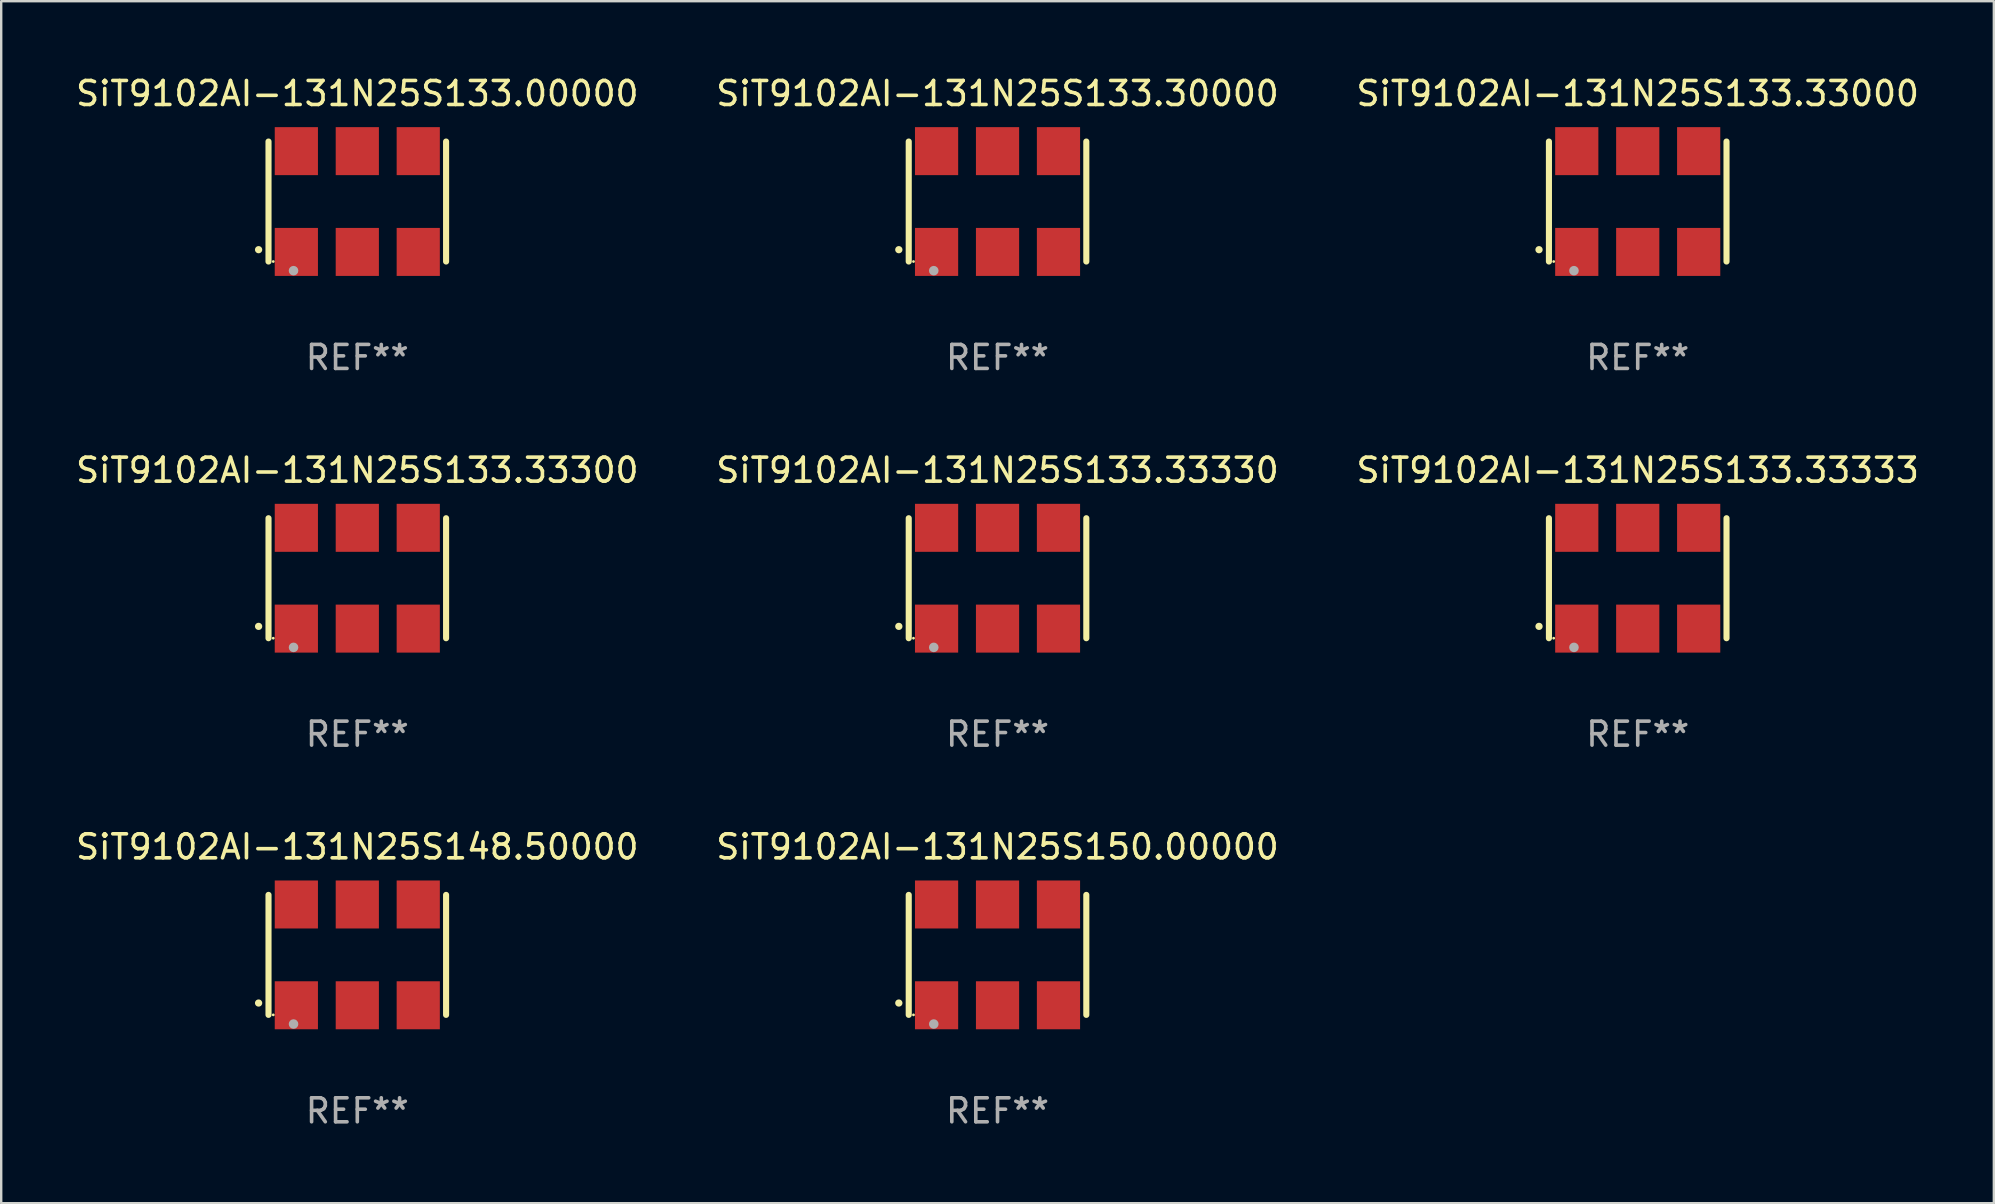
<source format=kicad_pcb>
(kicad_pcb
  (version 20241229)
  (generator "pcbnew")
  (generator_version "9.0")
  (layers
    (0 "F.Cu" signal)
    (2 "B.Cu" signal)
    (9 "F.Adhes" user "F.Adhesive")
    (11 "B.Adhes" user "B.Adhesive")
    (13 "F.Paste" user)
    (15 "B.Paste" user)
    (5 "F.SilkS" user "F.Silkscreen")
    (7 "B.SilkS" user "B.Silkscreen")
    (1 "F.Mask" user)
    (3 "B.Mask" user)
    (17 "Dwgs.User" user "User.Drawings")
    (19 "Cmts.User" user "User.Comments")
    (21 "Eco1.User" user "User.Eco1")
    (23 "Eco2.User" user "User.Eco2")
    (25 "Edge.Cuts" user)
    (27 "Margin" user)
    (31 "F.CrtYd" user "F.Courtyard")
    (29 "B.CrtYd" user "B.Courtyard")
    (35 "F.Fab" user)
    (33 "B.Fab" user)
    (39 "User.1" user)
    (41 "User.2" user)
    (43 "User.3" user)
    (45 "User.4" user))
  (footprint "SiT9102AI-131N25S133.00000"
    (layer "F.Cu")
    (at 11.839 5.348)
    (property "Reference" "SiT9102AI-131N25S133.00000" (at 0 -4.5 0) (layer "F.SilkS") (effects (font (size 1 1) (thickness 0.15))))
    (attr through_hole)
    (fp_line (start -3.7 -2.5) (end -3.7 2.5) (stroke (width 0.254) (type solid)) (layer "F.SilkS"))
    (fp_line (start 3.7 -2.5) (end 3.7 2.5) (stroke (width 0.254) (type solid)) (layer "F.SilkS"))
    (fp_arc (start -4.114415 2.006604) (mid -4.113145 2.006599) (end -4.111875 2.006604) (stroke (width 0.3) (type solid)) (layer "F.SilkS"))
    (fp_circle (center -3.502 2.5) (end -3.472 2.5) (stroke (width 0.06) (type solid)) (fill no) (layer "F.SilkS"))
    (fp_circle (center -2.657 2.882) (end -2.557 2.882) (stroke (width 0.2) (type solid)) (fill no) (layer "F.Fab"))
    (fp_text user "REF**" (at 0 6.5 0) (layer "F.Fab") (effects (font (size 1 1) (thickness 0.15))))
    (pad "1" smd rect (at -2.54 2.1) (size 1.8 2) (layers "F.Cu" "F.Mask" "F.Paste"))
    (pad "2" smd rect (at 0.000394 2.1) (size 1.8 2) (layers "F.Cu" "F.Mask" "F.Paste"))
    (pad "3" smd rect (at 2.54 2.1) (size 1.8 2) (layers "F.Cu" "F.Mask" "F.Paste"))
    (pad "4" smd rect (at 2.54 -2.1) (size 1.8 2) (layers "F.Cu" "F.Mask" "F.Paste"))
    (pad "5" smd rect (at 0.000394 -2.1) (size 1.8 2) (layers "F.Cu" "F.Mask" "F.Paste"))
    (pad "6" smd rect (at -2.54 -2.1) (size 1.8 2) (layers "F.Cu" "F.Mask" "F.Paste")))
  (footprint "SiT9102AI-131N25S150.00000"
    (layer "F.Cu")
    (at 38.518 36.741)
    (property "Reference" "SiT9102AI-131N25S150.00000" (at 0 -4.5 0) (layer "F.SilkS") (effects (font (size 1 1) (thickness 0.15))))
    (attr through_hole)
    (fp_line (start -3.7 -2.5) (end -3.7 2.5) (stroke (width 0.254) (type solid)) (layer "F.SilkS"))
    (fp_line (start 3.7 -2.5) (end 3.7 2.5) (stroke (width 0.254) (type solid)) (layer "F.SilkS"))
    (fp_arc (start -4.114415 2.006604) (mid -4.113145 2.006599) (end -4.111875 2.006604) (stroke (width 0.3) (type solid)) (layer "F.SilkS"))
    (fp_circle (center -3.502 2.5) (end -3.472 2.5) (stroke (width 0.06) (type solid)) (fill no) (layer "F.SilkS"))
    (fp_circle (center -2.657 2.882) (end -2.557 2.882) (stroke (width 0.2) (type solid)) (fill no) (layer "F.Fab"))
    (fp_text user "REF**" (at 0 6.5 0) (layer "F.Fab") (effects (font (size 1 1) (thickness 0.15))))
    (pad "1" smd rect (at -2.54 2.1) (size 1.8 2) (layers "F.Cu" "F.Mask" "F.Paste"))
    (pad "2" smd rect (at 0.000394 2.1) (size 1.8 2) (layers "F.Cu" "F.Mask" "F.Paste"))
    (pad "3" smd rect (at 2.54 2.1) (size 1.8 2) (layers "F.Cu" "F.Mask" "F.Paste"))
    (pad "4" smd rect (at 2.54 -2.1) (size 1.8 2) (layers "F.Cu" "F.Mask" "F.Paste"))
    (pad "5" smd rect (at 0.000394 -2.1) (size 1.8 2) (layers "F.Cu" "F.Mask" "F.Paste"))
    (pad "6" smd rect (at -2.54 -2.1) (size 1.8 2) (layers "F.Cu" "F.Mask" "F.Paste")))
  (footprint "SiT9102AI-131N25S133.33330"
    (layer "F.Cu")
    (at 38.518 21.045)
    (property "Reference" "SiT9102AI-131N25S133.33330" (at 0 -4.5 0) (layer "F.SilkS") (effects (font (size 1 1) (thickness 0.15))))
    (attr through_hole)
    (fp_line (start -3.7 -2.5) (end -3.7 2.5) (stroke (width 0.254) (type solid)) (layer "F.SilkS"))
    (fp_line (start 3.7 -2.5) (end 3.7 2.5) (stroke (width 0.254) (type solid)) (layer "F.SilkS"))
    (fp_arc (start -4.114415 2.006604) (mid -4.113145 2.006599) (end -4.111875 2.006604) (stroke (width 0.3) (type solid)) (layer "F.SilkS"))
    (fp_circle (center -3.502 2.5) (end -3.472 2.5) (stroke (width 0.06) (type solid)) (fill no) (layer "F.SilkS"))
    (fp_circle (center -2.657 2.882) (end -2.557 2.882) (stroke (width 0.2) (type solid)) (fill no) (layer "F.Fab"))
    (fp_text user "REF**" (at 0 6.5 0) (layer "F.Fab") (effects (font (size 1 1) (thickness 0.15))))
    (pad "1" smd rect (at -2.54 2.1) (size 1.8 2) (layers "F.Cu" "F.Mask" "F.Paste"))
    (pad "2" smd rect (at 0.000394 2.1) (size 1.8 2) (layers "F.Cu" "F.Mask" "F.Paste"))
    (pad "3" smd rect (at 2.54 2.1) (size 1.8 2) (layers "F.Cu" "F.Mask" "F.Paste"))
    (pad "4" smd rect (at 2.54 -2.1) (size 1.8 2) (layers "F.Cu" "F.Mask" "F.Paste"))
    (pad "5" smd rect (at 0.000394 -2.1) (size 1.8 2) (layers "F.Cu" "F.Mask" "F.Paste"))
    (pad "6" smd rect (at -2.54 -2.1) (size 1.8 2) (layers "F.Cu" "F.Mask" "F.Paste")))
  (footprint "SiT9102AI-131N25S133.33333"
    (layer "F.Cu")
    (at 65.196 21.045)
    (property "Reference" "SiT9102AI-131N25S133.33333" (at 0 -4.5 0) (layer "F.SilkS") (effects (font (size 1 1) (thickness 0.15))))
    (attr through_hole)
    (fp_line (start -3.7 -2.5) (end -3.7 2.5) (stroke (width 0.254) (type solid)) (layer "F.SilkS"))
    (fp_line (start 3.7 -2.5) (end 3.7 2.5) (stroke (width 0.254) (type solid)) (layer "F.SilkS"))
    (fp_arc (start -4.114415 2.006604) (mid -4.113145 2.006599) (end -4.111875 2.006604) (stroke (width 0.3) (type solid)) (layer "F.SilkS"))
    (fp_circle (center -3.502 2.5) (end -3.472 2.5) (stroke (width 0.06) (type solid)) (fill no) (layer "F.SilkS"))
    (fp_circle (center -2.657 2.882) (end -2.557 2.882) (stroke (width 0.2) (type solid)) (fill no) (layer "F.Fab"))
    (fp_text user "REF**" (at 0 6.5 0) (layer "F.Fab") (effects (font (size 1 1) (thickness 0.15))))
    (pad "1" smd rect (at -2.54 2.1) (size 1.8 2) (layers "F.Cu" "F.Mask" "F.Paste"))
    (pad "2" smd rect (at 0.000394 2.1) (size 1.8 2) (layers "F.Cu" "F.Mask" "F.Paste"))
    (pad "3" smd rect (at 2.54 2.1) (size 1.8 2) (layers "F.Cu" "F.Mask" "F.Paste"))
    (pad "4" smd rect (at 2.54 -2.1) (size 1.8 2) (layers "F.Cu" "F.Mask" "F.Paste"))
    (pad "5" smd rect (at 0.000394 -2.1) (size 1.8 2) (layers "F.Cu" "F.Mask" "F.Paste"))
    (pad "6" smd rect (at -2.54 -2.1) (size 1.8 2) (layers "F.Cu" "F.Mask" "F.Paste")))
  (footprint "SiT9102AI-131N25S133.33000"
    (layer "F.Cu")
    (at 65.196 5.348)
    (property "Reference" "SiT9102AI-131N25S133.33000" (at 0 -4.5 0) (layer "F.SilkS") (effects (font (size 1 1) (thickness 0.15))))
    (attr through_hole)
    (fp_line (start -3.7 -2.5) (end -3.7 2.5) (stroke (width 0.254) (type solid)) (layer "F.SilkS"))
    (fp_line (start 3.7 -2.5) (end 3.7 2.5) (stroke (width 0.254) (type solid)) (layer "F.SilkS"))
    (fp_arc (start -4.114415 2.006604) (mid -4.113145 2.006599) (end -4.111875 2.006604) (stroke (width 0.3) (type solid)) (layer "F.SilkS"))
    (fp_circle (center -3.502 2.5) (end -3.472 2.5) (stroke (width 0.06) (type solid)) (fill no) (layer "F.SilkS"))
    (fp_circle (center -2.657 2.882) (end -2.557 2.882) (stroke (width 0.2) (type solid)) (fill no) (layer "F.Fab"))
    (fp_text user "REF**" (at 0 6.5 0) (layer "F.Fab") (effects (font (size 1 1) (thickness 0.15))))
    (pad "1" smd rect (at -2.54 2.1) (size 1.8 2) (layers "F.Cu" "F.Mask" "F.Paste"))
    (pad "2" smd rect (at 0.000394 2.1) (size 1.8 2) (layers "F.Cu" "F.Mask" "F.Paste"))
    (pad "3" smd rect (at 2.54 2.1) (size 1.8 2) (layers "F.Cu" "F.Mask" "F.Paste"))
    (pad "4" smd rect (at 2.54 -2.1) (size 1.8 2) (layers "F.Cu" "F.Mask" "F.Paste"))
    (pad "5" smd rect (at 0.000394 -2.1) (size 1.8 2) (layers "F.Cu" "F.Mask" "F.Paste"))
    (pad "6" smd rect (at -2.54 -2.1) (size 1.8 2) (layers "F.Cu" "F.Mask" "F.Paste")))
  (footprint "SiT9102AI-131N25S133.30000"
    (layer "F.Cu")
    (at 38.518 5.348)
    (property "Reference" "SiT9102AI-131N25S133.30000" (at 0 -4.5 0) (layer "F.SilkS") (effects (font (size 1 1) (thickness 0.15))))
    (attr through_hole)
    (fp_line (start -3.7 -2.5) (end -3.7 2.5) (stroke (width 0.254) (type solid)) (layer "F.SilkS"))
    (fp_line (start 3.7 -2.5) (end 3.7 2.5) (stroke (width 0.254) (type solid)) (layer "F.SilkS"))
    (fp_arc (start -4.114415 2.006604) (mid -4.113145 2.006599) (end -4.111875 2.006604) (stroke (width 0.3) (type solid)) (layer "F.SilkS"))
    (fp_circle (center -3.502 2.5) (end -3.472 2.5) (stroke (width 0.06) (type solid)) (fill no) (layer "F.SilkS"))
    (fp_circle (center -2.657 2.882) (end -2.557 2.882) (stroke (width 0.2) (type solid)) (fill no) (layer "F.Fab"))
    (fp_text user "REF**" (at 0 6.5 0) (layer "F.Fab") (effects (font (size 1 1) (thickness 0.15))))
    (pad "1" smd rect (at -2.54 2.1) (size 1.8 2) (layers "F.Cu" "F.Mask" "F.Paste"))
    (pad "2" smd rect (at 0.000394 2.1) (size 1.8 2) (layers "F.Cu" "F.Mask" "F.Paste"))
    (pad "3" smd rect (at 2.54 2.1) (size 1.8 2) (layers "F.Cu" "F.Mask" "F.Paste"))
    (pad "4" smd rect (at 2.54 -2.1) (size 1.8 2) (layers "F.Cu" "F.Mask" "F.Paste"))
    (pad "5" smd rect (at 0.000394 -2.1) (size 1.8 2) (layers "F.Cu" "F.Mask" "F.Paste"))
    (pad "6" smd rect (at -2.54 -2.1) (size 1.8 2) (layers "F.Cu" "F.Mask" "F.Paste")))
  (footprint "SiT9102AI-131N25S133.33300"
    (layer "F.Cu")
    (at 11.839 21.045)
    (property "Reference" "SiT9102AI-131N25S133.33300" (at 0 -4.5 0) (layer "F.SilkS") (effects (font (size 1 1) (thickness 0.15))))
    (attr through_hole)
    (fp_line (start -3.7 -2.5) (end -3.7 2.5) (stroke (width 0.254) (type solid)) (layer "F.SilkS"))
    (fp_line (start 3.7 -2.5) (end 3.7 2.5) (stroke (width 0.254) (type solid)) (layer "F.SilkS"))
    (fp_arc (start -4.114415 2.006604) (mid -4.113145 2.006599) (end -4.111875 2.006604) (stroke (width 0.3) (type solid)) (layer "F.SilkS"))
    (fp_circle (center -3.502 2.5) (end -3.472 2.5) (stroke (width 0.06) (type solid)) (fill no) (layer "F.SilkS"))
    (fp_circle (center -2.657 2.882) (end -2.557 2.882) (stroke (width 0.2) (type solid)) (fill no) (layer "F.Fab"))
    (fp_text user "REF**" (at 0 6.5 0) (layer "F.Fab") (effects (font (size 1 1) (thickness 0.15))))
    (pad "1" smd rect (at -2.54 2.1) (size 1.8 2) (layers "F.Cu" "F.Mask" "F.Paste"))
    (pad "2" smd rect (at 0.000394 2.1) (size 1.8 2) (layers "F.Cu" "F.Mask" "F.Paste"))
    (pad "3" smd rect (at 2.54 2.1) (size 1.8 2) (layers "F.Cu" "F.Mask" "F.Paste"))
    (pad "4" smd rect (at 2.54 -2.1) (size 1.8 2) (layers "F.Cu" "F.Mask" "F.Paste"))
    (pad "5" smd rect (at 0.000394 -2.1) (size 1.8 2) (layers "F.Cu" "F.Mask" "F.Paste"))
    (pad "6" smd rect (at -2.54 -2.1) (size 1.8 2) (layers "F.Cu" "F.Mask" "F.Paste")))
  (footprint "SiT9102AI-131N25S148.50000"
    (layer "F.Cu")
    (at 11.839 36.741)
    (property "Reference" "SiT9102AI-131N25S148.50000" (at 0 -4.5 0) (layer "F.SilkS") (effects (font (size 1 1) (thickness 0.15))))
    (attr through_hole)
    (fp_line (start -3.7 -2.5) (end -3.7 2.5) (stroke (width 0.254) (type solid)) (layer "F.SilkS"))
    (fp_line (start 3.7 -2.5) (end 3.7 2.5) (stroke (width 0.254) (type solid)) (layer "F.SilkS"))
    (fp_arc (start -4.114415 2.006604) (mid -4.113145 2.006599) (end -4.111875 2.006604) (stroke (width 0.3) (type solid)) (layer "F.SilkS"))
    (fp_circle (center -3.502 2.5) (end -3.472 2.5) (stroke (width 0.06) (type solid)) (fill no) (layer "F.SilkS"))
    (fp_circle (center -2.657 2.882) (end -2.557 2.882) (stroke (width 0.2) (type solid)) (fill no) (layer "F.Fab"))
    (fp_text user "REF**" (at 0 6.5 0) (layer "F.Fab") (effects (font (size 1 1) (thickness 0.15))))
    (pad "1" smd rect (at -2.54 2.1) (size 1.8 2) (layers "F.Cu" "F.Mask" "F.Paste"))
    (pad "2" smd rect (at 0.000394 2.1) (size 1.8 2) (layers "F.Cu" "F.Mask" "F.Paste"))
    (pad "3" smd rect (at 2.54 2.1) (size 1.8 2) (layers "F.Cu" "F.Mask" "F.Paste"))
    (pad "4" smd rect (at 2.54 -2.1) (size 1.8 2) (layers "F.Cu" "F.Mask" "F.Paste"))
    (pad "5" smd rect (at 0.000394 -2.1) (size 1.8 2) (layers "F.Cu" "F.Mask" "F.Paste"))
    (pad "6" smd rect (at -2.54 -2.1) (size 1.8 2) (layers "F.Cu" "F.Mask" "F.Paste")))
  (gr_rect
    (start -3 -3)
    (end 80.036 47.09)
    (stroke (width 0.1) (type default))
    (fill no)
    (layer "Edge.Cuts")))
</source>
